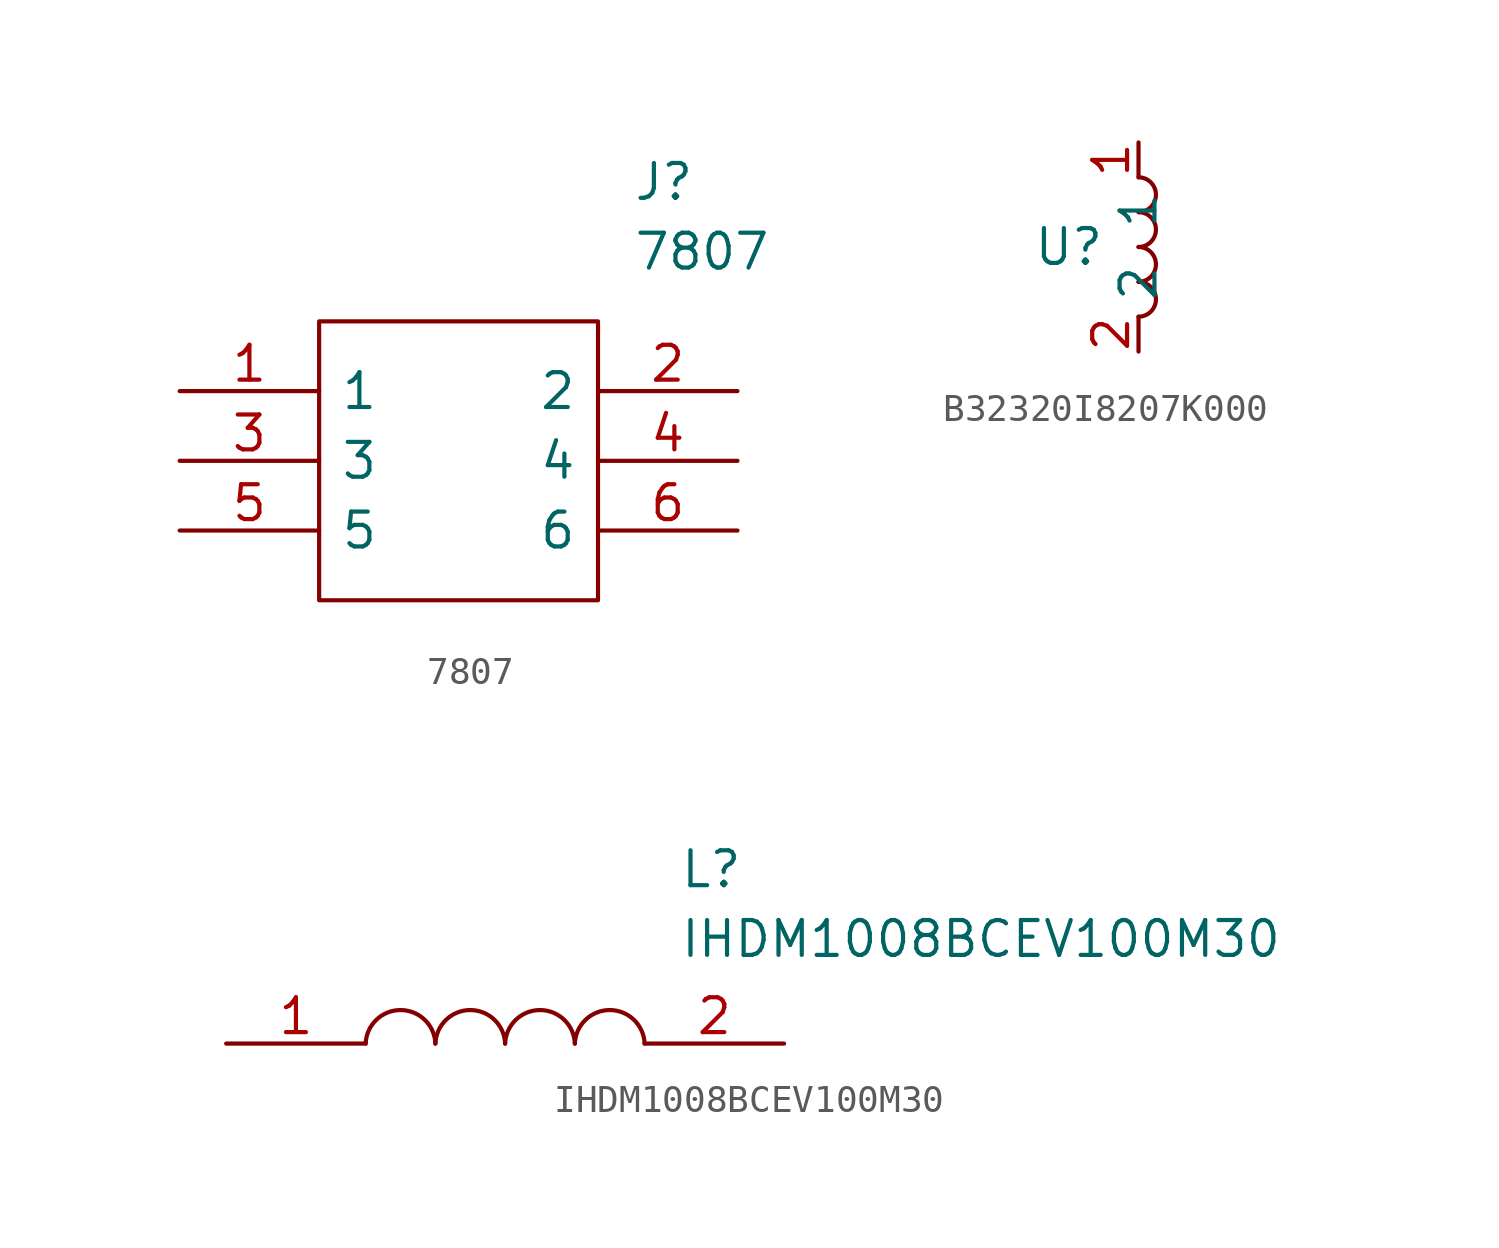
<source format=kicad_sym>
(kicad_symbol_lib
  (version 20220914)
  (generator kicad_symbol_editor)
  (symbol "7807"
    (pin_names
      (offset 0.762))
    (property "Reference" "J"
      (at 16.51 7.62 0)
      (effects (font (size 1.27 1.27)) (justify left)))
    (property "Value" "7807"
      (at 16.51 5.08 0)
      (effects (font (size 1.27 1.27)) (justify left)))
    (symbol "7807_0_0"
      (pin passive line (at 0 0 0) (length 5.08) (name "1" (effects (font (size 1.27 1.27)))) (number "1" (effects (font (size 1.27 1.27)))))
      (pin passive line (at 20.32 0 180) (length 5.08) (name "2" (effects (font (size 1.27 1.27)))) (number "2" (effects (font (size 1.27 1.27)))))
      (pin passive line (at 0 -2.54 0) (length 5.08) (name "3" (effects (font (size 1.27 1.27)))) (number "3" (effects (font (size 1.27 1.27)))))
      (pin passive line (at 20.32 -2.54 180) (length 5.08) (name "4" (effects (font (size 1.27 1.27)))) (number "4" (effects (font (size 1.27 1.27)))))
      (pin passive line (at 0 -5.08 0) (length 5.08) (name "5" (effects (font (size 1.27 1.27)))) (number "5" (effects (font (size 1.27 1.27)))))
      (pin passive line (at 20.32 -5.08 180) (length 5.08) (name "6" (effects (font (size 1.27 1.27)))) (number "6" (effects (font (size 1.27 1.27))))))
    (symbol "7807_0_1"
      (polyline (pts (xy 5.08 2.54) (xy 15.24 2.54) (xy 15.24 -7.62) (xy 5.08 -7.62) (xy 5.08 2.54)) (stroke (width 0.152) (type solid)) (fill (type none)))))
  (symbol "B32320I8207K000"
    (property "Reference" "U"
      (at 0 0 0)
      (effects (font (size 1.27 1.27))))
    (property "Value" ""
      (at 0 0 0)
      (effects (font (size 1.27 1.27))))
    (symbol "B32320I8207K000_0_1"
      (arc (start 2.54 -2.54) (mid 3.1723 -1.905) (end 2.54 -1.27) (stroke (width 0) (type default)) (fill (type none)))
      (arc (start 2.54 -1.27) (mid 3.1723 -0.635) (end 2.54 0) (stroke (width 0) (type default)) (fill (type none)))
      (arc (start 2.54 0) (mid 3.1723 0.635) (end 2.54 1.27) (stroke (width 0) (type default)) (fill (type none)))
      (arc (start 2.54 1.27) (mid 3.1723 1.905) (end 2.54 2.54) (stroke (width 0) (type default)) (fill (type none))))
    (symbol "B32320I8207K000_1_1"
      (pin passive line (at 2.54 3.81 270) (length 1.27) (name "1" (effects (font (size 1.27 1.27)))) (number "1" (effects (font (size 1.27 1.27)))))
      (pin passive line (at 2.54 -3.81 90) (length 1.27) (name "2" (effects (font (size 1.27 1.27)))) (number "2" (effects (font (size 1.27 1.27)))))))
  (symbol "IHDM1008BCEV100M30"
    (pin_names
      (offset 0.762))
    (property "Reference" "L"
      (at 16.51 6.35 0)
      (effects (font (size 1.27 1.27)) (justify left)))
    (property "Value" "IHDM1008BCEV100M30"
      (at 16.51 3.81 0)
      (effects (font (size 1.27 1.27)) (justify left)))
    (symbol "IHDM1008BCEV100M30_0_0"
      (pin passive line (at 0 0 0) (length 5.08) (name "~" (effects (font (size 1.27 1.27)))) (number "1" (effects (font (size 1.27 1.27)))))
      (pin passive line (at 20.32 0 180) (length 5.08) (name "~" (effects (font (size 1.27 1.27)))) (number "2" (effects (font (size 1.27 1.27))))))
    (symbol "IHDM1008BCEV100M30_0_1"
      (arc (start 7.62 0) (mid 6.35 1.2202) (end 5.08 0) (stroke (width 0.1524) (type solid)) (fill (type none)))
      (arc (start 10.16 0) (mid 8.89 1.2202) (end 7.62 0) (stroke (width 0.1524) (type solid)) (fill (type none)))
      (arc (start 12.7 0) (mid 11.43 1.2202) (end 10.16 0) (stroke (width 0.1524) (type solid)) (fill (type none)))
      (arc (start 15.24 0) (mid 13.97 1.2202) (end 12.7 0) (stroke (width 0.1524) (type solid)) (fill (type none))))))
</source>
